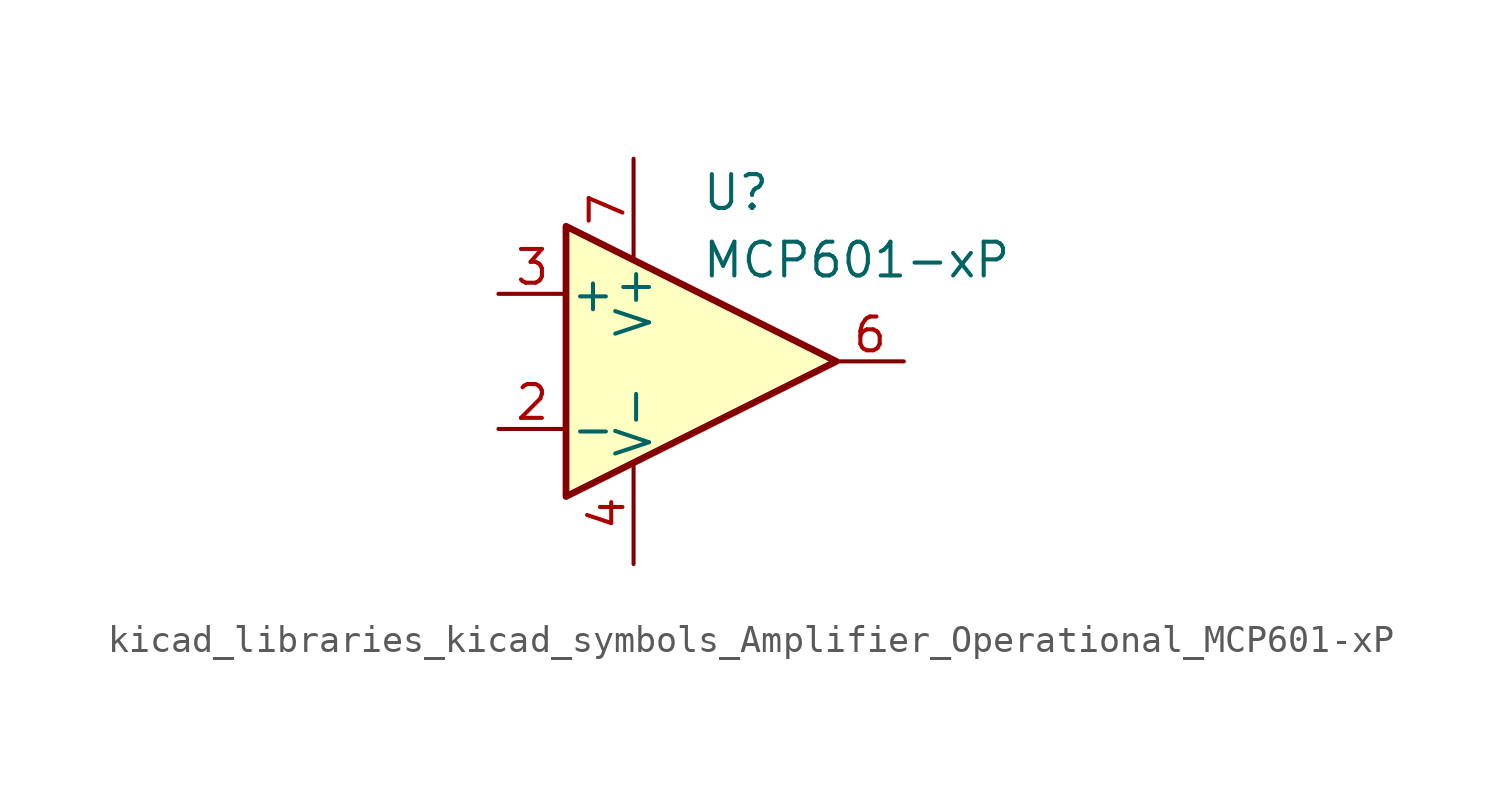
<source format=kicad_sym>
(kicad_symbol_lib
  (version 20220914)
  (generator kicad_symbol_editor)
  (symbol "kicad_libraries_kicad_symbols_Amplifier_Operational_MCP601-xP"
    (pin_names
      (offset 0.127))
    (property "Reference" "U"
      (at 0 6.35 0)
      (effects (font (size 1.27 1.27)) (justify left)))
    (property "Value" "MCP601-xP"
      (at 0 3.81 0)
      (effects (font (size 1.27 1.27)) (justify left)))
    (symbol "kicad_libraries_kicad_symbols_Amplifier_Operational_MCP601-xP_0_1"
      (polyline (pts (xy -5.08 5.08) (xy 5.08 0) (xy -5.08 -5.08) (xy -5.08 5.08)) (stroke (width 0.254) (type default)) (fill (type background))))
    (symbol "kicad_libraries_kicad_symbols_Amplifier_Operational_MCP601-xP_1_1"
      (pin no_connect line (at -5.08 -2.54 90) (length 2.54) hide (name "NC" (effects (font (size 1.27 1.27)))) (number "1" (effects (font (size 1.27 1.27)))))
      (pin input line (at -7.62 -2.54 0) (length 2.54) (name "-" (effects (font (size 1.27 1.27)))) (number "2" (effects (font (size 1.27 1.27)))))
      (pin input line (at -7.62 2.54 0) (length 2.54) (name "+" (effects (font (size 1.27 1.27)))) (number "3" (effects (font (size 1.27 1.27)))))
      (pin power_in line (at -2.54 -7.62 90) (length 3.81) (name "V-" (effects (font (size 1.27 1.27)))) (number "4" (effects (font (size 1.27 1.27)))))
      (pin no_connect line (at -2.54 -2.54 90) (length 2.54) hide (name "NC" (effects (font (size 1.27 1.27)))) (number "5" (effects (font (size 1.27 1.27)))))
      (pin output line (at 7.62 0 180) (length 2.54) (name "~" (effects (font (size 1.27 1.27)))) (number "6" (effects (font (size 1.27 1.27)))))
      (pin power_in line (at -2.54 7.62 270) (length 3.81) (name "V+" (effects (font (size 1.27 1.27)))) (number "7" (effects (font (size 1.27 1.27)))))
      (pin no_connect line (at 0 -2.54 90) (length 2.54) hide (name "NC" (effects (font (size 1.27 1.27)))) (number "8" (effects (font (size 1.27 1.27))))))))
</source>
